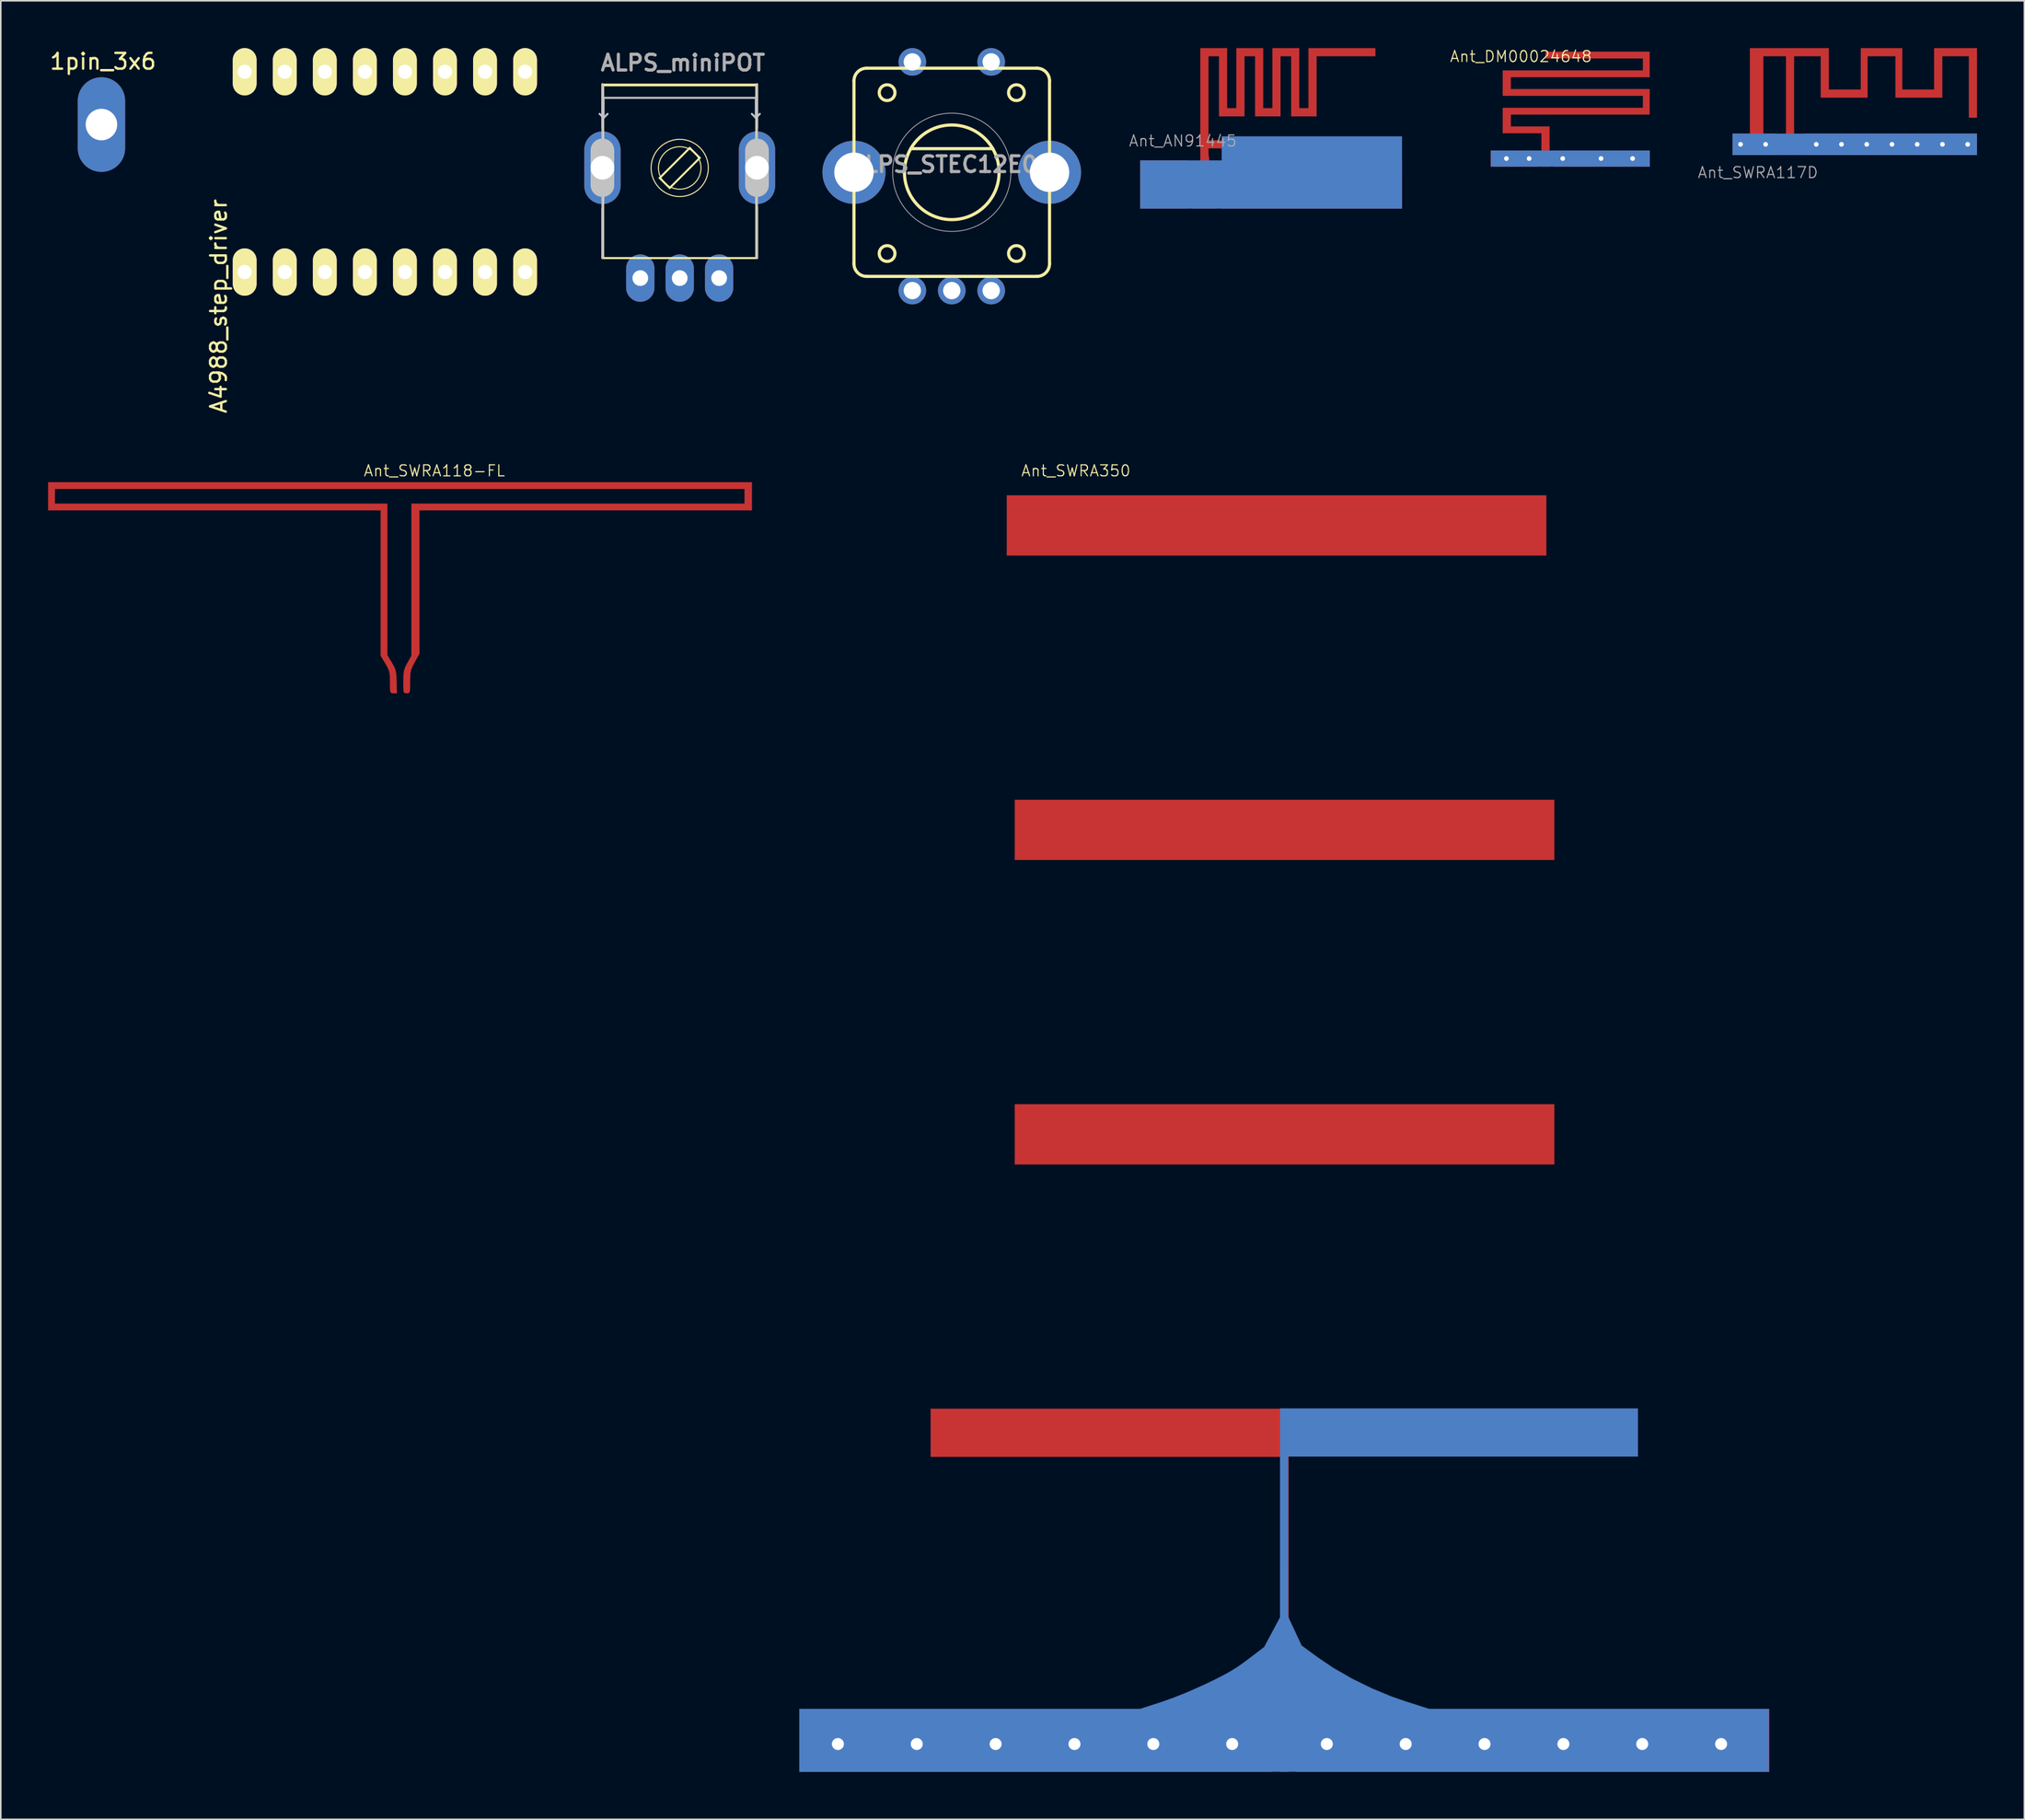
<source format=kicad_pcb>
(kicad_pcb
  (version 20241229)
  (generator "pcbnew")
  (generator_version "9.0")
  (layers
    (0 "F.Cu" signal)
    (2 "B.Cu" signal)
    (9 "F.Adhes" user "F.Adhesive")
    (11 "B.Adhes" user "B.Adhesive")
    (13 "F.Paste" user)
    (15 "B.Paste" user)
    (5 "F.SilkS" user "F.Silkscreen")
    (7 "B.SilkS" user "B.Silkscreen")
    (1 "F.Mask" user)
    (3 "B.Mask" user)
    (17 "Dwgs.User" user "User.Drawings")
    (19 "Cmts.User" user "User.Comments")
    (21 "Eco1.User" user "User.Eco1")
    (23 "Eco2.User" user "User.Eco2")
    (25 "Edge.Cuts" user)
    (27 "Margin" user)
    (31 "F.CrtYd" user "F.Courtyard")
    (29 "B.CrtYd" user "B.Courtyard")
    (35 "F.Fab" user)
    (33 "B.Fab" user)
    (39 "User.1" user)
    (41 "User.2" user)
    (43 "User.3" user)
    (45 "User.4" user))
  (footprint "1pin_3x6"
    (layer "F.Cu")
    (at 3.382 4.848)
    (property "Reference" "1pin_3x6" (at 0.1 -4 0) (layer "F.SilkS") (effects (font (size 1 1) (thickness 0.15))))
    (attr through_hole)
    (pad "1" thru_hole oval (at 0 0) (size 3 6) (drill 2) (layers "*.Cu" "*.Mask")))
  (footprint "Ant_SWRA350"
    (layer "F.Cu")
    (at 78.078 69.532)
    (property "Reference" "Ant_SWRA350" (at -12.91 -42.73 0) (layer "F.SilkS") (effects (font (size 0.7 0.7) (thickness 0.07))))
    (attr through_hole)
    (fp_poly (pts (xy -0.442 39.771) (xy -30.414 39.771) (xy -30.414 35.791) (xy -0.442 35.791) (xy -0.442 39.771)) (stroke (width 0.01) (type solid)) (fill yes) (layer "F.Cu"))
    (fp_poly (pts (xy 16.915 -37.361) (xy -17.291 -37.361) (xy -17.291 -41.171) (xy 16.915 -41.171) (xy 16.915 -37.361)) (stroke (width 0.01) (type solid)) (fill yes) (layer "F.Cu"))
    (fp_poly (pts (xy 17.423 -18.057) (xy -16.783 -18.057) (xy -16.783 -21.867) (xy 17.423 -21.867) (xy 17.423 -18.057)) (stroke (width 0.01) (type solid)) (fill yes) (layer "F.Cu"))
    (fp_poly (pts (xy 17.423 1.247) (xy -16.783 1.247) (xy -16.783 -2.563) (xy 17.423 -2.563) (xy 17.423 1.247)) (stroke (width 0.01) (type solid)) (fill yes) (layer "F.Cu"))
    (fp_poly (pts (xy 31.054 39.771) (xy 1.082 39.771) (xy 1.082 35.791) (xy 31.054 35.791) (xy 31.054 39.771)) (stroke (width 0.01) (type solid)) (fill yes) (layer "F.Cu"))
    (fp_poly (pts (xy 0.574 39.771) (xy 0.066 39.771) (xy 0.066 19.789) (xy -22.117 19.789) (xy -22.117 16.741) (xy 0.574 16.741) (xy 0.574 39.771)) (stroke (width 0.01) (type solid)) (fill yes) (layer "F.Cu"))
    (fp_poly (pts (xy 22.727 19.773) (xy 0.544 19.773) (xy 0.544 29.923) (xy 0.972 30.838) (xy 1.4 31.754) (xy 2.422 32.506) (xy 3.453 33.2) (xy 4.606 33.86) (xy 5.833 34.462) (xy 7.086 34.983) (xy 8.002 35.302) (xy 9.492 35.775) (xy 31.024 35.775) (xy 31.024 39.755) (xy -30.444 39.755) (xy -30.444 35.775) (xy -8.841 35.775) (xy -7.514 35.346) (xy -6.699 35.058) (xy -5.8 34.696) (xy -4.871 34.284) (xy -4.578 34.146) (xy -3.959 33.845) (xy -3.458 33.586) (xy -3.035 33.347) (xy -2.654 33.107) (xy -2.274 32.841) (xy -1.971 32.614) (xy -0.972 31.852) (xy -0.47 30.914) (xy 0.033 29.976) (xy 0.035 23.351) (xy 0.036 16.725) (xy 22.727 16.725) (xy 22.727 19.773)) (stroke (width 0.01) (type solid)) (fill yes) (layer "B.Cu"))
    (pad "" thru_hole circle (at -28 38) (size 1.524 1.524) (drill 0.762) (layers "*.Cu" "*.Mask"))
    (pad "" thru_hole circle (at -23 38) (size 1.524 1.524) (drill 0.762) (layers "*.Cu" "*.Mask"))
    (pad "" thru_hole circle (at -18 38) (size 1.524 1.524) (drill 0.762) (layers "*.Cu" "*.Mask"))
    (pad "" thru_hole circle (at -13 38) (size 1.524 1.524) (drill 0.762) (layers "*.Cu" "*.Mask"))
    (pad "" thru_hole circle (at -8 38) (size 1.524 1.524) (drill 0.762) (layers "*.Cu" "*.Mask"))
    (pad "" thru_hole circle (at -3 38) (size 1.524 1.524) (drill 0.762) (layers "*.Cu" "*.Mask"))
    (pad "" thru_hole circle (at 3 38) (size 1.524 1.524) (drill 0.762) (layers "*.Cu" "*.Mask"))
    (pad "" thru_hole circle (at 8 38) (size 1.524 1.524) (drill 0.762) (layers "*.Cu" "*.Mask"))
    (pad "" thru_hole circle (at 13 38) (size 1.524 1.524) (drill 0.762) (layers "*.Cu" "*.Mask"))
    (pad "" thru_hole circle (at 18 38) (size 1.524 1.524) (drill 0.762) (layers "*.Cu" "*.Mask"))
    (pad "" thru_hole circle (at 23 38) (size 1.524 1.524) (drill 0.762) (layers "*.Cu" "*.Mask"))
    (pad "" thru_hole circle (at 28 38) (size 1.524 1.524) (drill 0.762) (layers "*.Cu" "*.Mask")))
  (footprint "Ant_SWRA117D"
    (layer "F.Cu")
    (at 114.512 3.392)
    (property "Reference" "Ant_SWRA117D" (at -6.1 4.5 0) (layer "F.Fab") (effects (font (size 0.7 0.7) (thickness 0.07))))
    (attr through_hole)
    (fp_poly (pts (xy 7.789 3.387) (xy -3.217 3.387) (xy -3.217 2.032) (xy 7.789 2.032) (xy 7.789 3.387)) (stroke (width 0.01) (type solid)) (fill yes) (layer "F.Cu"))
    (fp_poly (pts (xy -1.609 -0.762) (xy 0.423 -0.762) (xy 0.423 -3.387) (xy 3.048 -3.387) (xy 3.048 -0.762) (xy 5.08 -0.762) (xy 5.08 -3.387) (xy 7.789 -3.387) (xy 7.789 1.016) (xy 7.281 1.016) (xy 7.281 -2.879) (xy 5.588 -2.879) (xy 5.588 -0.254) (xy 2.625 -0.254) (xy 2.625 -2.879) (xy 0.847 -2.879) (xy 0.847 -0.254) (xy -2.117 -0.254) (xy -2.117 -2.879) (xy -3.81 -2.879) (xy -3.81 3.387) (xy -4.318 3.387) (xy -4.318 -2.879) (xy -5.757 -2.879) (xy -5.757 2.032) (xy -4.911 2.032) (xy -4.911 3.387) (xy -7.705 3.387) (xy -7.705 2.032) (xy -6.604 2.032) (xy -6.604 -3.387) (xy -1.609 -3.387) (xy -1.609 -0.762)) (stroke (width 0.01) (type solid)) (fill yes) (layer "F.Cu"))
    (fp_poly (pts (xy 7.789 3.387) (xy -7.705 3.387) (xy -7.705 2.033) (xy 7.789 2.033) (xy 7.789 3.387)) (stroke (width 0.01) (type solid)) (fill yes) (layer "B.Cu"))
    (pad "" thru_hole circle (at -7.2 2.71) (size 0.5 0.5) (drill 0.3) (layers "*.Cu" "*.Mask"))
    (pad "" thru_hole circle (at -5.61 2.71) (size 0.5 0.5) (drill 0.3) (layers "*.Cu" "*.Mask"))
    (pad "" thru_hole circle (at -0.8 2.71) (size 0.5 0.5) (drill 0.3) (layers "*.Cu" "*.Mask"))
    (pad "" thru_hole circle (at 0.8 2.71) (size 0.5 0.5) (drill 0.3) (layers "*.Cu" "*.Mask"))
    (pad "" thru_hole circle (at 2.4 2.71) (size 0.5 0.5) (drill 0.3) (layers "*.Cu" "*.Mask"))
    (pad "" thru_hole circle (at 4 2.71) (size 0.5 0.5) (drill 0.3) (layers "*.Cu" "*.Mask"))
    (pad "" thru_hole circle (at 5.6 2.71) (size 0.5 0.5) (drill 0.3) (layers "*.Cu" "*.Mask"))
    (pad "" thru_hole circle (at 7.2 2.71) (size 0.5 0.5) (drill 0.3) (layers "*.Cu" "*.Mask"))
    (pad "1" smd circle (at -4.06 3.18) (size 0.4 0.4) (layers "F.Cu" "F.Paste"))
    (pad "2" thru_hole circle (at -2.4 2.71) (size 0.5 0.5) (drill 0.3) (layers "*.Cu" "*.Mask")))
  (footprint "Ant_DM00024648"
    (layer "F.Cu")
    (at 96.466 3.872)
    (property "Reference" "Ant_DM00024648" (at -3.08 -3.34 0) (layer "F.SilkS") (effects (font (size 0.7 0.7) (thickness 0.07))))
    (attr through_hole)
    (fp_poly (pts (xy -1.947 3.641) (xy -4.995 3.641) (xy -4.995 2.625) (xy -1.947 2.625) (xy -1.947 3.641)) (stroke (width 0.01) (type solid)) (fill yes) (layer "F.Cu"))
    (fp_poly (pts (xy 5.08 3.641) (xy -1.016 3.641) (xy -1.016 2.625) (xy 5.08 2.625) (xy 5.08 3.641)) (stroke (width 0.01) (type solid)) (fill yes) (layer "F.Cu"))
    (fp_poly (pts (xy 5.08 -2.032) (xy -3.725 -2.032) (xy -3.725 -1.27) (xy 5.08 -1.27) (xy 5.08 0.339) (xy -3.725 0.339) (xy -3.725 1.101) (xy -1.27 1.101) (xy -1.27 3.641) (xy -1.778 3.641) (xy -1.778 1.524) (xy -4.233 1.524) (xy -4.233 -0.085) (xy 4.657 -0.085) (xy 4.657 -0.847) (xy -4.233 -0.847) (xy -4.233 -2.455) (xy 4.657 -2.455) (xy 4.657 -3.217) (xy -1.524 -3.217) (xy -1.524 -3.641) (xy 5.08 -3.641) (xy 5.08 -2.032)) (stroke (width 0.01) (type solid)) (fill yes) (layer "F.Cu"))
    (fp_poly (pts (xy 5.09 3.638) (xy -4.985 3.638) (xy -4.985 2.622) (xy 5.09 2.622) (xy 5.09 3.638)) (stroke (width 0.01) (type solid)) (fill yes) (layer "B.Cu"))
    (pad "" thru_hole circle (at -4 3.13) (size 0.4 0.4) (drill 0.3) (layers "*.Cu" "*.Mask"))
    (pad "" thru_hole circle (at -0.43 3.13) (size 0.4 0.4) (drill 0.3) (layers "*.Cu" "*.Mask"))
    (pad "" thru_hole circle (at 2 3.13) (size 0.4 0.4) (drill 0.3) (layers "*.Cu" "*.Mask"))
    (pad "" thru_hole circle (at 4 3.13) (size 0.4 0.4) (drill 0.3) (layers "*.Cu" "*.Mask"))
    (pad "1" smd circle (at -1.52 3.41) (size 0.4 0.4) (layers "F.Cu" "F.Paste"))
    (pad "2" thru_hole circle (at -2.56 3.13) (size 0.4 0.4) (drill 0.3) (layers "*.Cu" "*.Mask")))
  (footprint "ALPS_STEC12E08"
    (layer "F.Cu")
    (at 57.297 7.875)
    (property "Reference" "ALPS_STEC12E08" (at 0 -0.5 0) (layer "F.Fab") (effects (font (size 1 1) (thickness 0.2))))
    (attr through_hole)
    (fp_line (start -6.2 5.8) (end -6.2 -5.8) (stroke (width 0.2) (type solid)) (layer "F.SilkS"))
    (fp_line (start -5.4 -6.6) (end 5.4 -6.6) (stroke (width 0.2) (type solid)) (layer "F.SilkS"))
    (fp_line (start -5.4 6.6) (end 5.4 6.6) (stroke (width 0.2) (type solid)) (layer "F.SilkS"))
    (fp_line (start -2.6 -1.5) (end 2.6 -1.5) (stroke (width 0.2) (type solid)) (layer "F.SilkS"))
    (fp_line (start 6.2 -5.8) (end 6.2 5.8) (stroke (width 0.2) (type solid)) (layer "F.SilkS"))
    (fp_arc (start -6.2 -5.8) (mid -5.965685 -6.365685) (end -5.4 -6.6) (stroke (width 0.2) (type solid)) (layer "F.SilkS"))
    (fp_arc (start -5.4 6.6) (mid -5.965685 6.365685) (end -6.2 5.8) (stroke (width 0.2) (type solid)) (layer "F.SilkS"))
    (fp_arc (start 5.4 -6.6) (mid 5.965685 -6.365685) (end 6.2 -5.8) (stroke (width 0.2) (type solid)) (layer "F.SilkS"))
    (fp_arc (start 6.2 5.8) (mid 5.965685 6.365685) (end 5.4 6.6) (stroke (width 0.2) (type solid)) (layer "F.SilkS"))
    (fp_circle (center -4.1 -5.05) (end -3.6 -5.05) (stroke (width 0.2) (type solid)) (fill no) (layer "F.SilkS"))
    (fp_circle (center -4.1 5.15) (end -3.6 5.15) (stroke (width 0.2) (type solid)) (fill no) (layer "F.SilkS"))
    (fp_circle (center 0 0) (end 3 0) (stroke (width 0.2) (type solid)) (fill no) (layer "F.SilkS"))
    (fp_circle (center 4.1 -5.05) (end 4.6 -5.05) (stroke (width 0.2) (type solid)) (fill no) (layer "F.SilkS"))
    (fp_circle (center 4.1 5.15) (end 4.6 5.15) (stroke (width 0.2) (type solid)) (fill no) (layer "F.SilkS"))
    (fp_circle (center 0 0) (end 3.75 0) (stroke (width 0.05) (type solid)) (fill no) (layer "F.Fab"))
    (pad "" thru_hole oval (at -6.2 0) (size 4 4) (drill 2.5) (layers "*.Cu" "*.Mask"))
    (pad "" thru_hole oval (at 6.2 0) (size 4 4) (drill 2.5) (layers "*.Cu" "*.Mask"))
    (pad "1" thru_hole circle (at -2.5 7.5) (size 1.75 1.75) (drill 1.1) (layers "*.Cu" "*.Mask"))
    (pad "2" thru_hole circle (at 0 7.5) (size 1.75 1.75) (drill 1.1) (layers "*.Cu" "*.Mask"))
    (pad "3" thru_hole circle (at 2.5 7.5) (size 1.75 1.75) (drill 1.1) (layers "*.Cu" "*.Mask"))
    (pad "4" thru_hole circle (at -2.5 -7) (size 1.75 1.75) (drill 1.1) (layers "*.Cu" "*.Mask"))
    (pad "5" thru_hole circle (at 2.5 -7 90) (size 1.75 1.75) (drill 1.1) (layers "*.Cu" "*.Mask")))
  (footprint "Ant_AN91445"
    (layer "F.Cu")
    (at 77.548 5.085)
    (property "Reference" "Ant_AN91445" (at -5.6 0.8 0) (layer "F.Fab") (effects (font (size 0.7 0.7) (thickness 0.07))))
    (attr through_hole)
    (fp_poly (pts (xy -5.334 5.08) (xy -8.297 5.08) (xy -8.297 2.032) (xy -5.334 2.032) (xy -5.334 5.08)) (stroke (width 0.01) (type solid)) (fill yes) (layer "F.Cu"))
    (fp_poly (pts (xy 8.297 5.08) (xy -3.133 5.08) (xy -3.133 2.032) (xy 8.297 2.032) (xy 8.297 5.08)) (stroke (width 0.01) (type solid)) (fill yes) (layer "F.Cu"))
    (fp_poly (pts (xy -2.794 -1.27) (xy -2.201 -1.27) (xy -2.201 -5.08) (xy -0.508 -5.08) (xy -0.508 -1.27) (xy 0.085 -1.27) (xy 0.085 -5.08) (xy 1.778 -5.08) (xy 1.778 -1.27) (xy 2.371 -1.27) (xy 2.371 -5.08) (xy 6.604 -5.08) (xy 6.604 -4.572) (xy 2.879 -4.572) (xy 2.879 -0.762) (xy 1.27 -0.762) (xy 1.27 -4.572) (xy 0.593 -4.572) (xy 0.593 -0.762) (xy -1.016 -0.762) (xy -1.016 -4.572) (xy -1.693 -4.572) (xy -1.693 -0.762) (xy -3.302 -0.762) (xy -3.302 -4.572) (xy -3.979 -4.572) (xy -3.979 0.762) (xy 2.963 0.762) (xy 2.963 1.27) (xy -3.979 1.27) (xy -3.979 1.653) (xy -3.908 2.095) (xy -3.725 2.54) (xy -3.617 2.765) (xy -3.545 2.958) (xy -3.501 3.163) (xy -3.48 3.425) (xy -3.472 3.785) (xy -3.471 4.062) (xy -3.471 5.08) (xy -4.995 5.08) (xy -4.995 4.104) (xy -4.992 3.673) (xy -4.978 3.365) (xy -4.946 3.135) (xy -4.886 2.937) (xy -4.792 2.726) (xy -4.741 2.625) (xy -4.487 2.121) (xy -4.487 -5.08) (xy -2.794 -5.08) (xy -2.794 -1.27)) (stroke (width 0.01) (type solid)) (fill yes) (layer "F.Cu"))
    (fp_poly (pts (xy 8.297 5.086) (xy -8.297 5.086) (xy -8.297 2.038) (xy -3.133 2.038) (xy -3.133 0.514) (xy 8.297 0.514) (xy 8.297 5.086)) (stroke (width 0.01) (type solid)) (fill yes) (layer "B.Cu"))
    (pad "1" smd circle (at -4.225 4.525) (size 1 1) (layers "F.Cu" "F.Paste"))
    (pad "2" smd circle (at -6 4.525) (size 1 1) (layers "F.Cu" "F.Paste")))
  (footprint "ALPS_miniPOT"
    (layer "F.Cu")
    (at 40.052 8.336)
    (property "Reference" "ALPS_miniPOT" (at 0.2 -7.4 0) (layer "F.Fab") (effects (font (size 1 1) (thickness 0.2))))
    (attr exclude_from_pos_files exclude_from_bom)
    (fp_line (start -4.904 -6.051) (end -4.904 -3.252) (stroke (width 0.127) (type solid)) (layer "F.SilkS"))
    (fp_line (start -4.904 -6.02) (end 4.895 -6.02) (stroke (width 0.127) (type solid)) (layer "F.SilkS"))
    (fp_line (start -4.904 4.95) (end -4.904 1.849) (stroke (width 0.127) (type solid)) (layer "F.SilkS"))
    (fp_line (start -4.83 4.978) (end -4.83 -5.944) (stroke (width 0.066) (type solid)) (layer "F.SilkS"))
    (fp_line (start -1.274 -0.102) (end 0.631 -2.007) (stroke (width 0.127) (type solid)) (layer "F.SilkS"))
    (fp_line (start -0.639 0.533) (end -1.274 -0.102) (stroke (width 0.127) (type solid)) (layer "F.SilkS"))
    (fp_line (start 0.631 -2.007) (end 1.266 -1.372) (stroke (width 0.127) (type solid)) (layer "F.SilkS"))
    (fp_line (start 1.266 -1.372) (end -0.639 0.533) (stroke (width 0.127) (type solid)) (layer "F.SilkS"))
    (fp_line (start 4.822 -5.944) (end -4.83 -5.944) (stroke (width 0.066) (type solid)) (layer "F.SilkS"))
    (fp_line (start 4.822 4.978) (end -4.83 4.978) (stroke (width 0.066) (type solid)) (layer "F.SilkS"))
    (fp_line (start 4.822 4.978) (end 4.822 -5.944) (stroke (width 0.066) (type solid)) (layer "F.SilkS"))
    (fp_line (start 4.895 -6.051) (end 4.895 -3.252) (stroke (width 0.127) (type solid)) (layer "F.SilkS"))
    (fp_line (start 4.895 4.95) (end 4.895 1.75) (stroke (width 0.127) (type solid)) (layer "F.SilkS"))
    (fp_line (start 4.895 4.978) (end -4.904 4.978) (stroke (width 0.127) (type solid)) (layer "F.SilkS"))
    (fp_circle (center -0.004 -0.737) (end 0.948 -1.69) (stroke (width 0.064) (type solid)) (fill no) (layer "F.SilkS"))
    (fp_circle (center -0.004 -0.737) (end 1.278 -2.02) (stroke (width 0.064) (type solid)) (fill no) (layer "F.SilkS"))
    (fp_line (start -4.904 0.35) (end -4.904 -1.85) (stroke (width 1.499) (type solid)) (layer "Dwgs.User"))
    (fp_line (start -4.904 4.978) (end -4.904 -6.02) (stroke (width 0.127) (type solid)) (layer "Dwgs.User"))
    (fp_line (start -4.83 -5.182) (end 4.822 -5.182) (stroke (width 0.127) (type solid)) (layer "Dwgs.User"))
    (fp_line (start -4.83 -3.912) (end -5.084 -4.166) (stroke (width 0.127) (type solid)) (layer "Dwgs.User"))
    (fp_line (start -4.83 -3.912) (end -4.83 -5.182) (stroke (width 0.127) (type solid)) (layer "Dwgs.User"))
    (fp_line (start -4.83 -3.912) (end -4.576 -4.166) (stroke (width 0.127) (type solid)) (layer "Dwgs.User"))
    (fp_line (start 4.568 -4.166) (end 4.822 -3.912) (stroke (width 0.127) (type solid)) (layer "Dwgs.User"))
    (fp_line (start 4.822 -5.182) (end 4.822 -3.912) (stroke (width 0.127) (type solid)) (layer "Dwgs.User"))
    (fp_line (start 4.822 -3.912) (end 5.076 -4.166) (stroke (width 0.127) (type solid)) (layer "Dwgs.User"))
    (fp_line (start 4.895 -6.02) (end 4.895 4.978) (stroke (width 0.127) (type solid)) (layer "Dwgs.User"))
    (fp_line (start 4.895 0.35) (end 4.895 -1.85) (stroke (width 1.499) (type solid)) (layer "Dwgs.User"))
    (pad "1" thru_hole oval (at -2.504 6.248 90) (size 3 1.798) (drill 0.998) (layers "*.Cu" "*.Paste" "*.Mask"))
    (pad "2" thru_hole oval (at -0.004 6.248 90) (size 3 1.798) (drill 0.998) (layers "*.Cu" "*.Paste" "*.Mask"))
    (pad "3" thru_hole oval (at 2.495 6.248 90) (size 3 1.798) (drill 0.998) (layers "*.Cu" "*.Paste" "*.Mask"))
    (pad "P1" thru_hole oval (at -4.904 -0.75 180) (size 2.299 4.6) (drill 1.499) (layers "*.Cu" "*.Paste" "*.Mask"))
    (pad "P2" thru_hole oval (at 4.895 -0.75 180) (size 2.299 4.6) (drill 1.499) (layers "*.Cu" "*.Paste" "*.Mask")))
  (footprint "Ant_SWRA118-FL"
    (layer "F.Cu")
    (at 21.595 34.302)
    (property "Reference" "Ant_SWRA118-FL" (at 2.9 -7.5 0) (layer "F.SilkS") (effects (font (size 0.7 0.7) (thickness 0.07))))
    (attr through_hole)
    (fp_poly (pts (xy 23.029 -4.995) (xy 1.947 -4.995) (xy 1.947 4.092) (xy 1.651 4.631) (xy 1.502 4.916) (xy 1.414 5.146) (xy 1.37 5.386) (xy 1.356 5.7) (xy 1.355 5.887) (xy 1.353 6.235) (xy 1.34 6.447) (xy 1.307 6.557) (xy 1.244 6.598) (xy 1.143 6.604) (xy 1.041 6.598) (xy 0.979 6.556) (xy 0.946 6.447) (xy 0.933 6.236) (xy 0.931 5.89) (xy 0.931 5.87) (xy 0.938 5.492) (xy 0.965 5.225) (xy 1.025 5.008) (xy 1.132 4.783) (xy 1.185 4.686) (xy 1.439 4.236) (xy 1.439 -5.419) (xy 22.564 -5.419) (xy 22.564 -6.35) (xy -21.167 -6.35) (xy -21.167 -5.419) (xy -0.085 -5.419) (xy -0.084 -0.614) (xy -0.084 4.191) (xy 0.199 4.661) (xy 0.341 4.911) (xy 0.427 5.125) (xy 0.474 5.362) (xy 0.495 5.681) (xy 0.501 5.868) (xy 0.518 6.604) (xy 0.302 6.604) (xy 0.195 6.598) (xy 0.131 6.556) (xy 0.098 6.445) (xy 0.086 6.23) (xy 0.084 5.905) (xy 0.079 5.544) (xy 0.051 5.289) (xy -0.015 5.078) (xy -0.134 4.847) (xy -0.212 4.716) (xy -0.508 4.225) (xy -0.508 -4.995) (xy -21.59 -4.995) (xy -21.59 -6.773) (xy 23.029 -6.773) (xy 23.029 -4.995)) (stroke (width 0.01) (type solid)) (fill yes) (layer "F.Cu"))
    (pad "1" smd circle (at 1.14 6.4) (size 0.4 0.4) (layers "F.Cu" "F.Paste"))
    (pad "2" smd circle (at 0.31 6.4) (size 0.4 0.4) (layers "F.Cu" "F.Paste")))
  (footprint "A4988_step_driver"
    (layer "F.Cu")
    (at 12.464 14.2)
    (property "Reference" "A4988_step_driver" (at -1.651 2.159 90) (layer "F.SilkS") (effects (font (size 1 1) (thickness 0.15))))
    (attr through_hole)
    (pad "1" thru_hole oval (at 0 0) (size 1.51 3) (drill 0.9) (layers "*.Cu" "*.Mask" "F.SilkS"))
    (pad "2" thru_hole oval (at 2.54 0) (size 1.51 3) (drill 0.9) (layers "*.Cu" "*.Mask" "F.SilkS"))
    (pad "3" thru_hole oval (at 5.08 0) (size 1.51 3) (drill 0.9) (layers "*.Cu" "*.Mask" "F.SilkS"))
    (pad "4" thru_hole oval (at 7.62 0) (size 1.51 3) (drill 0.9) (layers "*.Cu" "*.Mask" "F.SilkS"))
    (pad "5" thru_hole oval (at 10.16 0) (size 1.51 3) (drill 0.9) (layers "*.Cu" "*.Mask" "F.SilkS"))
    (pad "6" thru_hole oval (at 12.7 0) (size 1.51 3) (drill 0.9) (layers "*.Cu" "*.Mask" "F.SilkS"))
    (pad "7" thru_hole oval (at 15.24 0) (size 1.51 3) (drill 0.9) (layers "*.Cu" "*.Mask" "F.SilkS"))
    (pad "8" thru_hole oval (at 17.78 0) (size 1.51 3) (drill 0.9) (layers "*.Cu" "*.Mask" "F.SilkS"))
    (pad "9" thru_hole oval (at 17.78 -12.7) (size 1.51 3) (drill 0.9) (layers "*.Cu" "*.Mask" "F.SilkS"))
    (pad "10" thru_hole oval (at 15.24 -12.7) (size 1.51 3) (drill 0.9) (layers "*.Cu" "*.Mask" "F.SilkS"))
    (pad "11" thru_hole oval (at 12.7 -12.7) (size 1.51 3) (drill 0.9) (layers "*.Cu" "*.Mask" "F.SilkS"))
    (pad "12" thru_hole oval (at 10.16 -12.7) (size 1.51 3) (drill 0.9) (layers "*.Cu" "*.Mask" "F.SilkS"))
    (pad "13" thru_hole oval (at 7.62 -12.7) (size 1.51 3) (drill 0.9) (layers "*.Cu" "*.Mask" "F.SilkS"))
    (pad "14" thru_hole oval (at 5.08 -12.7) (size 1.51 3) (drill 0.9) (layers "*.Cu" "*.Mask" "F.SilkS"))
    (pad "15" thru_hole oval (at 2.54 -12.7) (size 1.51 3) (drill 0.9) (layers "*.Cu" "*.Mask" "F.SilkS"))
    (pad "16" thru_hole oval (at 0 -12.7) (size 1.51 3) (drill 0.9) (layers "*.Cu" "*.Mask" "F.SilkS")))
  (gr_rect
    (start -3 -3)
    (end 125.307 112.308)
    (stroke (width 0.1) (type default))
    (fill no)
    (layer "Edge.Cuts")))
</source>
